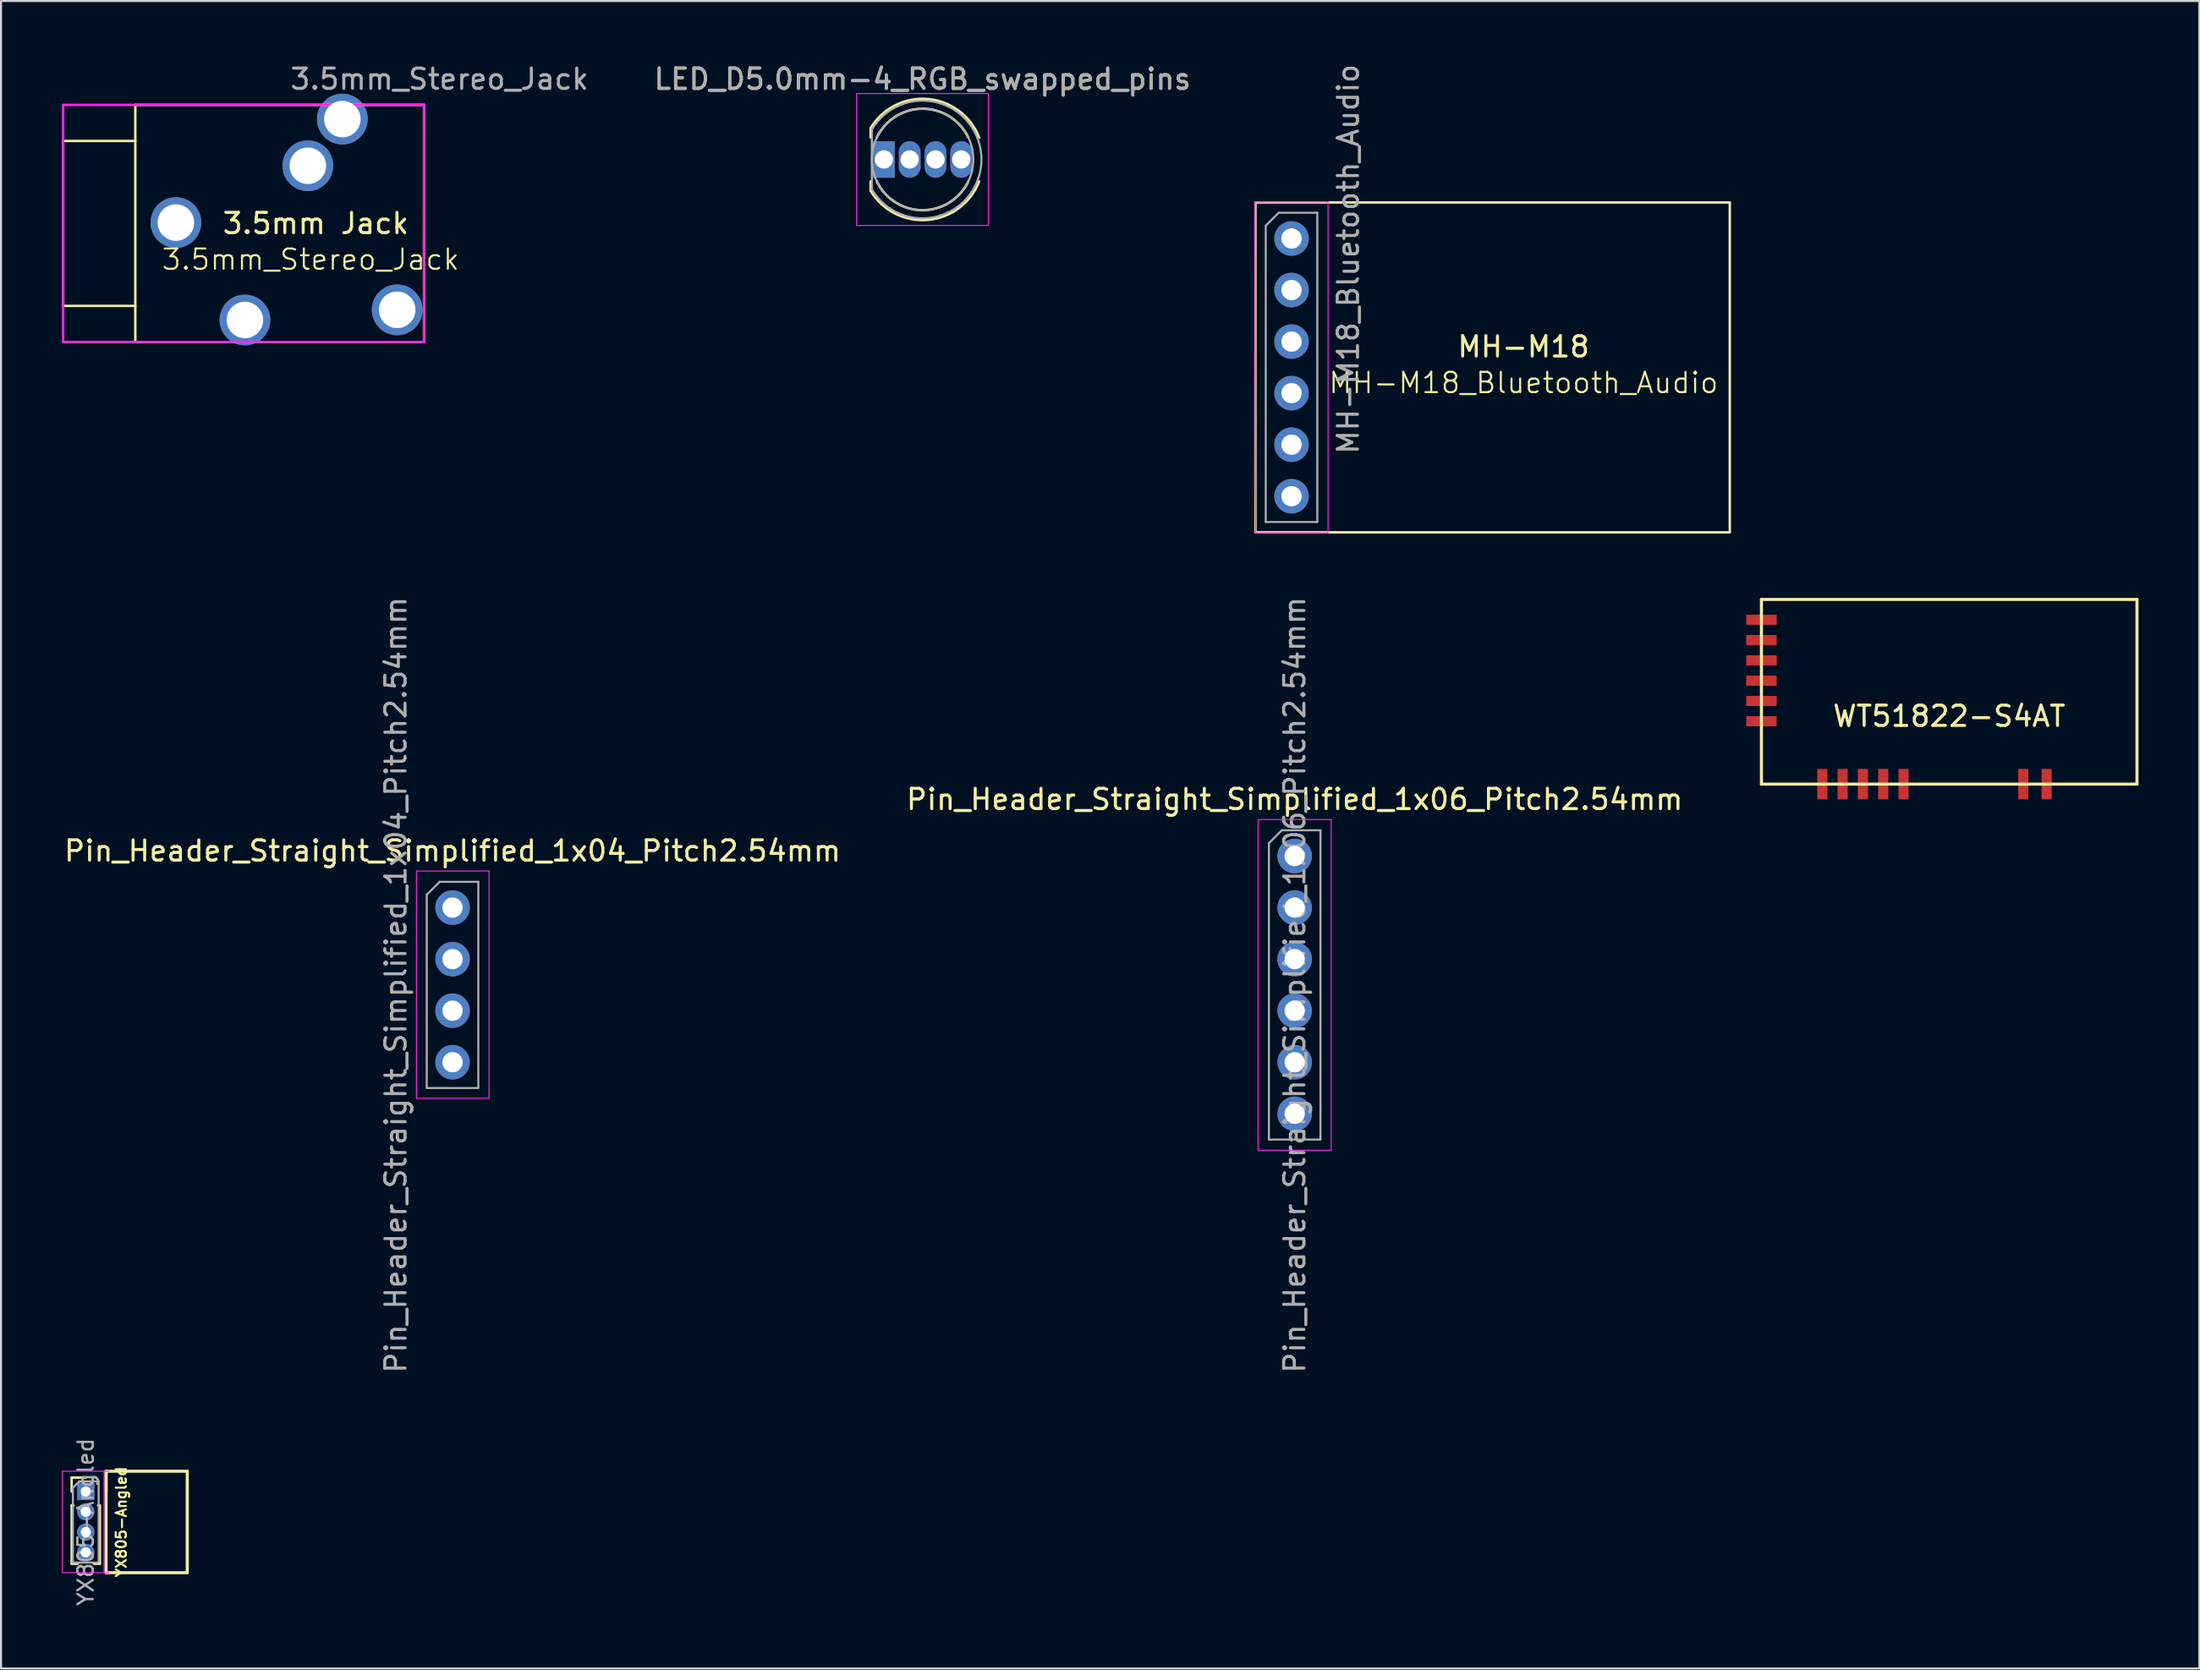
<source format=kicad_pcb>
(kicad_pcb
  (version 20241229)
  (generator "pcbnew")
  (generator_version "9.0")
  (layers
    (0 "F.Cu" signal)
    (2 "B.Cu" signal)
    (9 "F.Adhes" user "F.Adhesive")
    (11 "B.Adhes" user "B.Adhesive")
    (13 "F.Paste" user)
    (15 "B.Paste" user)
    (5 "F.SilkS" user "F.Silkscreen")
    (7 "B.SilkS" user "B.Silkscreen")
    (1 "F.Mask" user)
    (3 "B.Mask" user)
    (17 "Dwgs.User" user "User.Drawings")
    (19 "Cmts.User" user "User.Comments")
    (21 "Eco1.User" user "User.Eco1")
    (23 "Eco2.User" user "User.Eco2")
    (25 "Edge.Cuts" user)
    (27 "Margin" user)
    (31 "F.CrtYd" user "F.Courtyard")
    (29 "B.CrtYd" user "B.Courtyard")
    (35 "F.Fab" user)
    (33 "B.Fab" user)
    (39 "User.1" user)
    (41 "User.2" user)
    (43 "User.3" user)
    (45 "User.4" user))
  (footprint "MH-M18_Bluetooth_Audio"
    (layer "F.Cu")
    (at 60.577 8.704)
    (property "Reference" "MH-M18_Bluetooth_Audio" (at 11.43 7.112 180) (layer "F.SilkS") (effects (font (size 1 1) (thickness 0.1))))
    (attr through_hole)
    (fp_line (start -1.778 -1.778) (end 21.59 -1.778) (stroke (width 0.12) (type solid)) (layer "F.SilkS"))
    (fp_line (start -1.778 14.478) (end -1.778 -1.778) (stroke (width 0.12) (type solid)) (layer "F.SilkS"))
    (fp_line (start 21.59 -1.778) (end 21.59 14.478) (stroke (width 0.12) (type solid)) (layer "F.SilkS"))
    (fp_line (start 21.59 14.478) (end -1.778 14.478) (stroke (width 0.12) (type solid)) (layer "F.SilkS"))
    (fp_line (start -1.8 -1.8) (end -1.778 14.478) (stroke (width 0.05) (type solid)) (layer "F.CrtYd"))
    (fp_line (start -1.8 14.5) (end 1.8 14.5) (stroke (width 0.05) (type solid)) (layer "F.CrtYd"))
    (fp_line (start 1.8 -1.8) (end -1.8 -1.8) (stroke (width 0.05) (type solid)) (layer "F.CrtYd"))
    (fp_line (start 1.8 14.5) (end 1.8 -1.8) (stroke (width 0.05) (type solid)) (layer "F.CrtYd"))
    (fp_line (start -1.27 -0.635) (end -0.635 -1.27) (stroke (width 0.1) (type solid)) (layer "F.Fab"))
    (fp_line (start -1.27 13.97) (end -1.27 -0.635) (stroke (width 0.1) (type solid)) (layer "F.Fab"))
    (fp_line (start -0.635 -1.27) (end 1.27 -1.27) (stroke (width 0.1) (type solid)) (layer "F.Fab"))
    (fp_line (start 1.27 -1.27) (end 1.27 13.97) (stroke (width 0.1) (type solid)) (layer "F.Fab"))
    (fp_line (start 1.27 13.97) (end -1.27 13.97) (stroke (width 0.1) (type solid)) (layer "F.Fab"))
    (fp_text user "MH-M18" (at 11.43 5.334 0) (layer "F.SilkS") (effects (font (size 1 1) (thickness 0.15))))
    (fp_text user "${REFERENCE}" (at 2.794 1.016 90) (layer "F.Fab") (effects (font (size 1 1) (thickness 0.15))))
    (pad "1" thru_hole oval (at 0 12.7) (size 1.7 1.7) (drill 1) (layers "*.Cu" "*.Mask"))
    (pad "2" thru_hole oval (at 0 10.16) (size 1.7 1.7) (drill 1) (layers "*.Cu" "*.Mask"))
    (pad "3" thru_hole oval (at 0 7.62) (size 1.7 1.7) (drill 1) (layers "*.Cu" "*.Mask"))
    (pad "4" thru_hole oval (at 0 5.08) (size 1.7 1.7) (drill 1) (layers "*.Cu" "*.Mask"))
    (pad "5" thru_hole oval (at 0 2.54) (size 1.7 1.7) (drill 1) (layers "*.Cu" "*.Mask"))
    (pad "6" thru_hole oval (at 0 0) (size 1.7 1.7) (drill 1) (layers "*.Cu" "*.Mask")))
  (footprint "3.5mm_Stereo_Jack"
    (layer "F.Cu")
    (at 3.616 2.118)
    (property "Reference" "3.5mm_Stereo_Jack" (at 8.636 7.62 180) (layer "F.SilkS") (effects (font (size 1 1) (thickness 0.1))))
    (attr through_hole)
    (fp_line (start -3.556 1.778) (end 0 1.778) (stroke (width 0.12) (type solid)) (layer "F.SilkS"))
    (fp_line (start -3.556 9.906) (end -3.556 1.778) (stroke (width 0.12) (type solid)) (layer "F.SilkS"))
    (fp_line (start 0 0) (end 14.224 0) (stroke (width 0.12) (type solid)) (layer "F.SilkS"))
    (fp_line (start 0 9.906) (end -3.556 9.906) (stroke (width 0.12) (type solid)) (layer "F.SilkS"))
    (fp_line (start 0 11.684) (end 0 0) (stroke (width 0.12) (type solid)) (layer "F.SilkS"))
    (fp_line (start 14.224 0) (end 14.224 11.684) (stroke (width 0.12) (type solid)) (layer "F.SilkS"))
    (fp_line (start 14.224 11.684) (end 0 11.684) (stroke (width 0.12) (type solid)) (layer "F.SilkS"))
    (fp_line (start -3.556 0) (end 14.224 0) (stroke (width 0.12) (type solid)) (layer "F.CrtYd"))
    (fp_line (start -3.556 11.684) (end -3.556 0) (stroke (width 0.12) (type solid)) (layer "F.CrtYd"))
    (fp_line (start 14.224 0) (end 14.224 11.684) (stroke (width 0.12) (type solid)) (layer "F.CrtYd"))
    (fp_line (start 14.224 11.684) (end -3.556 11.684) (stroke (width 0.12) (type solid)) (layer "F.CrtYd"))
    (fp_text user "3.5mm Jack" (at 8.89 5.842 0) (layer "F.SilkS") (effects (font (size 1 1) (thickness 0.15))))
    (fp_text user "${REFERENCE}" (at 14.986 -1.27 180) (layer "F.Fab") (effects (font (size 1 1) (thickness 0.15))))
    (pad "3" thru_hole oval (at 8.5 3) (size 2.5 2.5) (drill 1.8) (layers "*.Cu" "*.Mask"))
    (pad "5" thru_hole oval (at 12.9 10.1) (size 2.5 2.5) (drill 1.8) (layers "*.Cu" "*.Mask"))
    (pad "R" thru_hole oval (at 10.2 0.7) (size 2.5 2.5) (drill 1.8) (layers "*.Cu" "*.Mask"))
    (pad "S" thru_hole oval (at 2 5.8) (size 2.5 2.5) (drill 1.8) (layers "*.Cu" "*.Mask"))
    (pad "T" thru_hole oval (at 5.4 10.6) (size 2.5 2.5) (drill 1.8) (layers "*.Cu" "*.Mask")))
  (footprint "WT51822-S4AT"
    (layer "F.Cu")
    (at 83.726 26.492)
    (property "Reference" "WT51822-S4AT" (at 9.25 5.75 0) (layer "F.SilkS") (effects (font (size 1 1) (thickness 0.15))))
    (attr through_hole)
    (fp_line (start 0 0) (end 0 9.1) (stroke (width 0.15) (type solid)) (layer "F.SilkS"))
    (fp_line (start 0 0) (end 18.5 0) (stroke (width 0.15) (type solid)) (layer "F.SilkS"))
    (fp_line (start 0 9.1) (end 18.5 9.1) (stroke (width 0.15) (type solid)) (layer "F.SilkS"))
    (fp_line (start 18.5 0) (end 18.5 9.1) (stroke (width 0.15) (type solid)) (layer "F.SilkS"))
    (pad "1" smd rect (at 0 1) (size 1.5 0.5) (layers "F.Cu" "F.Mask" "F.Paste"))
    (pad "2" smd rect (at 0 2) (size 1.5 0.5) (layers "F.Cu" "F.Mask" "F.Paste"))
    (pad "3" smd rect (at 0 3) (size 1.5 0.5) (layers "F.Cu" "F.Mask" "F.Paste"))
    (pad "4" smd rect (at 0 4) (size 1.5 0.5) (layers "F.Cu" "F.Mask" "F.Paste"))
    (pad "5" smd rect (at 0 5) (size 1.5 0.5) (layers "F.Cu" "F.Mask" "F.Paste"))
    (pad "6" smd rect (at 0 6) (size 1.5 0.5) (layers "F.Cu" "F.Mask" "F.Paste"))
    (pad "7" smd rect (at 3 9.1) (size 0.5 1.5) (layers "F.Cu" "F.Mask" "F.Paste"))
    (pad "8" smd rect (at 4 9.1) (size 0.5 1.5) (layers "F.Cu" "F.Mask" "F.Paste"))
    (pad "9" smd rect (at 5 9.1) (size 0.5 1.5) (layers "F.Cu" "F.Mask" "F.Paste"))
    (pad "10" smd rect (at 6 9.1) (size 0.5 1.5) (layers "F.Cu" "F.Mask" "F.Paste"))
    (pad "11" smd rect (at 7 9.1) (size 0.5 1.5) (layers "F.Cu" "F.Mask" "F.Paste"))
    (pad "12" smd rect (at 12.9 9.1) (size 0.5 1.5) (layers "F.Cu" "F.Mask" "F.Paste"))
    (pad "13" smd rect (at 14.05 9.1) (size 0.5 1.5) (layers "F.Cu" "F.Mask" "F.Paste")))
  (footprint "LED_D5.0mm-4_RGB_swapped_pins"
    (layer "F.Cu")
    (at 40.495 4.808)
    (property "Reference" "LED_D5.0mm-4_RGB_swapped_pins" (at 1.905 -3.96 0) (layer "F.SilkS") (effects (font (size 1 1) (thickness 0.15))))
    (attr through_hole)
    (fp_line (start -0.655 -1.545) (end -0.655 -1.08) (stroke (width 0.12) (type solid)) (layer "F.SilkS"))
    (fp_line (start -0.655 1.08) (end -0.655 1.545) (stroke (width 0.12) (type solid)) (layer "F.SilkS"))
    (fp_arc (start -0.655 -1.54483) (mid 2.163456 -2.978809) (end 4.692815 -1.080827) (stroke (width 0.12) (type solid)) (layer "F.SilkS"))
    (fp_arc (start -0.349684 -1.08) (mid 1.904762 -2.5) (end 4.159479 -1.080429) (stroke (width 0.12) (type solid)) (layer "F.SilkS"))
    (fp_arc (start 4.159479 1.080429) (mid 1.904762 2.5) (end -0.349684 1.08) (stroke (width 0.12) (type solid)) (layer "F.SilkS"))
    (fp_arc (start 4.692815 1.080827) (mid 2.163456 2.978808) (end -0.655 1.54483) (stroke (width 0.12) (type solid)) (layer "F.SilkS"))
    (fp_line (start -1.35 -3.25) (end -1.35 3.25) (stroke (width 0.05) (type solid)) (layer "F.CrtYd"))
    (fp_line (start -1.35 3.25) (end 5.15 3.25) (stroke (width 0.05) (type solid)) (layer "F.CrtYd"))
    (fp_line (start 5.15 -3.25) (end -1.35 -3.25) (stroke (width 0.05) (type solid)) (layer "F.CrtYd"))
    (fp_line (start 5.15 3.25) (end 5.15 -3.25) (stroke (width 0.05) (type solid)) (layer "F.CrtYd"))
    (fp_line (start -0.595 -1.47) (end -0.595 1.47) (stroke (width 0.1) (type solid)) (layer "F.Fab"))
    (fp_arc (start -0.595 -1.469694) (mid 4.805 0.000016) (end -0.595016 1.469666) (stroke (width 0.1) (type solid)) (layer "F.Fab"))
    (fp_circle (center 1.905 0) (end 4.405 0) (stroke (width 0.1) (type solid)) (fill no) (layer "F.Fab"))
    (fp_text user "${REFERENCE}" (at 1.905 -3.96 0) (layer "F.Fab") (effects (font (size 1 1) (thickness 0.15))))
    (pad "1" thru_hole rect (at 0 0) (size 1.07 1.8) (drill 0.9) (layers "*.Cu" "*.Mask"))
    (pad "2" thru_hole oval (at 2.54 0) (size 1.07 1.8) (drill 0.9) (layers "*.Cu" "*.Mask"))
    (pad "3" thru_hole oval (at 3.81 0) (size 1.07 1.8) (drill 0.9) (layers "*.Cu" "*.Mask"))
    (pad "4" thru_hole oval (at 1.27 0) (size 1.07 1.8) (drill 0.9) (layers "*.Cu" "*.Mask")))
  (footprint "YX805-Angled"
    (layer "F.Cu")
    (at 1.175 70.451)
    (property "Reference" "YX805-Angled" (at 1.75 1.5 90) (layer "F.SilkS") (effects (font (size 0.5 0.5) (thickness 0.1))))
    (attr through_hole)
    (fp_line (start -0.695 -0.685) (end 0 -0.685) (stroke (width 0.12) (type solid)) (layer "F.SilkS"))
    (fp_line (start -0.695 0) (end -0.695 -0.685) (stroke (width 0.12) (type solid)) (layer "F.SilkS"))
    (fp_line (start -0.695 0.685) (end -0.695 3.56) (stroke (width 0.12) (type solid)) (layer "F.SilkS"))
    (fp_line (start -0.695 0.685) (end -0.608 0.685) (stroke (width 0.12) (type solid)) (layer "F.SilkS"))
    (fp_line (start -0.695 3.56) (end -0.394 3.56) (stroke (width 0.12) (type solid)) (layer "F.SilkS"))
    (fp_line (start 0.394 3.56) (end 0.695 3.56) (stroke (width 0.12) (type solid)) (layer "F.SilkS"))
    (fp_line (start 0.608 0.685) (end 0.695 0.685) (stroke (width 0.12) (type solid)) (layer "F.SilkS"))
    (fp_line (start 0.695 0.685) (end 0.695 3.56) (stroke (width 0.12) (type solid)) (layer "F.SilkS"))
    (fp_line (start 1 -1) (end 1 0) (stroke (width 0.15) (type solid)) (layer "F.SilkS"))
    (fp_line (start 1 -1) (end 1 4) (stroke (width 0.15) (type solid)) (layer "F.SilkS"))
    (fp_line (start 1 4) (end 5 4) (stroke (width 0.15) (type solid)) (layer "F.SilkS"))
    (fp_line (start 5 -1) (end 1 -1) (stroke (width 0.15) (type solid)) (layer "F.SilkS"))
    (fp_line (start 5 4) (end 5 -1) (stroke (width 0.15) (type solid)) (layer "F.SilkS"))
    (fp_line (start -1.15 -1) (end -1.15 4) (stroke (width 0.05) (type solid)) (layer "F.CrtYd"))
    (fp_line (start -1.15 4) (end 1.15 4) (stroke (width 0.05) (type solid)) (layer "F.CrtYd"))
    (fp_line (start 0.9 4) (end 0.9 -1) (stroke (width 0.05) (type solid)) (layer "F.CrtYd"))
    (fp_line (start 1.15 -1) (end -1.15 -1) (stroke (width 0.05) (type solid)) (layer "F.CrtYd"))
    (fp_line (start -0.635 -0.182) (end -0.318 -0.5) (stroke (width 0.1) (type solid)) (layer "F.Fab"))
    (fp_line (start -0.635 3.5) (end -0.635 -0.182) (stroke (width 0.1) (type solid)) (layer "F.Fab"))
    (fp_line (start -0.318 -0.5) (end 0.635 -0.5) (stroke (width 0.1) (type solid)) (layer "F.Fab"))
    (fp_line (start 0.635 -0.5) (end 0.635 3.5) (stroke (width 0.1) (type solid)) (layer "F.Fab"))
    (fp_line (start 0.635 3.5) (end -0.635 3.5) (stroke (width 0.1) (type solid)) (layer "F.Fab"))
    (fp_text user "${REFERENCE}" (at 0 1.5 90) (layer "F.Fab") (effects (font (size 0.76 0.76) (thickness 0.114))))
    (pad "1" thru_hole rect (at 0 0) (size 0.85 0.85) (drill 0.5) (layers "*.Cu" "*.Mask"))
    (pad "2" thru_hole oval (at 0 1) (size 0.85 0.85) (drill 0.5) (layers "*.Cu" "*.Mask"))
    (pad "3" thru_hole oval (at 0 2) (size 0.85 0.85) (drill 0.5) (layers "*.Cu" "*.Mask"))
    (pad "4" thru_hole oval (at 0 3) (size 0.85 0.85) (drill 0.5) (layers "*.Cu" "*.Mask")))
  (footprint "Pin_Header_Straight_Simplified_1x04_Pitch2.54mm"
    (layer "F.Cu")
    (at 19.244 41.676)
    (property "Reference" "Pin_Header_Straight_Simplified_1x04_Pitch2.54mm" (at 0 -2.794 0) (layer "F.SilkS") (effects (font (size 1 1) (thickness 0.15))))
    (attr through_hole)
    (fp_line (start -1.778 -1.778) (end -1.778 9.398) (stroke (width 0.05) (type solid)) (layer "F.CrtYd"))
    (fp_line (start -1.778 9.398) (end 1.778 9.398) (stroke (width 0.05) (type solid)) (layer "F.CrtYd"))
    (fp_line (start 1.8 -1.8) (end -1.778 -1.8) (stroke (width 0.05) (type solid)) (layer "F.CrtYd"))
    (fp_line (start 1.8 9.398) (end 1.8 -1.8) (stroke (width 0.05) (type solid)) (layer "F.CrtYd"))
    (fp_line (start -1.27 -0.635) (end -0.635 -1.27) (stroke (width 0.1) (type solid)) (layer "F.Fab"))
    (fp_line (start -1.27 8.89) (end -1.27 -0.635) (stroke (width 0.1) (type solid)) (layer "F.Fab"))
    (fp_line (start -0.635 -1.27) (end 1.27 -1.27) (stroke (width 0.1) (type solid)) (layer "F.Fab"))
    (fp_line (start 1.27 -1.27) (end 1.27 8.89) (stroke (width 0.1) (type solid)) (layer "F.Fab"))
    (fp_line (start 1.27 8.89) (end -1.27 8.89) (stroke (width 0.1) (type solid)) (layer "F.Fab"))
    (fp_text user "${REFERENCE}" (at -2.794 3.81 90) (layer "F.Fab") (effects (font (size 1 1) (thickness 0.15))))
    (pad "1" thru_hole oval (at 0 0) (size 1.7 1.7) (drill 1) (layers "*.Cu" "*.Mask"))
    (pad "2" thru_hole oval (at 0 2.54) (size 1.7 1.7) (drill 1) (layers "*.Cu" "*.Mask"))
    (pad "3" thru_hole oval (at 0 5.08) (size 1.7 1.7) (drill 1) (layers "*.Cu" "*.Mask"))
    (pad "4" thru_hole oval (at 0 7.62) (size 1.7 1.7) (drill 1) (layers "*.Cu" "*.Mask")))
  (footprint "Pin_Header_Straight_Simplified_1x06_Pitch2.54mm"
    (layer "F.Cu")
    (at 60.732 39.136)
    (property "Reference" "Pin_Header_Straight_Simplified_1x06_Pitch2.54mm" (at 0 -2.794 0) (layer "F.SilkS") (effects (font (size 1 1) (thickness 0.15))))
    (attr through_hole)
    (fp_line (start -1.8 -1.8) (end -1.8 14.5) (stroke (width 0.05) (type solid)) (layer "F.CrtYd"))
    (fp_line (start -1.8 14.5) (end 1.8 14.5) (stroke (width 0.05) (type solid)) (layer "F.CrtYd"))
    (fp_line (start 1.8 -1.8) (end -1.8 -1.8) (stroke (width 0.05) (type solid)) (layer "F.CrtYd"))
    (fp_line (start 1.8 14.5) (end 1.8 -1.8) (stroke (width 0.05) (type solid)) (layer "F.CrtYd"))
    (fp_line (start -1.27 -0.635) (end -0.635 -1.27) (stroke (width 0.1) (type solid)) (layer "F.Fab"))
    (fp_line (start -1.27 13.97) (end -1.27 -0.635) (stroke (width 0.1) (type solid)) (layer "F.Fab"))
    (fp_line (start -0.635 -1.27) (end 1.27 -1.27) (stroke (width 0.1) (type solid)) (layer "F.Fab"))
    (fp_line (start 1.27 -1.27) (end 1.27 13.97) (stroke (width 0.1) (type solid)) (layer "F.Fab"))
    (fp_line (start 1.27 13.97) (end -1.27 13.97) (stroke (width 0.1) (type solid)) (layer "F.Fab"))
    (fp_text user "${REFERENCE}" (at 0 6.35 90) (layer "F.Fab") (effects (font (size 1 1) (thickness 0.15))))
    (pad "1" thru_hole oval (at 0 0) (size 1.7 1.7) (drill 1) (layers "*.Cu" "*.Mask"))
    (pad "2" thru_hole oval (at 0 2.54) (size 1.7 1.7) (drill 1) (layers "*.Cu" "*.Mask"))
    (pad "3" thru_hole oval (at 0 5.08) (size 1.7 1.7) (drill 1) (layers "*.Cu" "*.Mask"))
    (pad "4" thru_hole oval (at 0 7.62) (size 1.7 1.7) (drill 1) (layers "*.Cu" "*.Mask"))
    (pad "5" thru_hole oval (at 0 10.16) (size 1.7 1.7) (drill 1) (layers "*.Cu" "*.Mask"))
    (pad "6" thru_hole oval (at 0 12.7) (size 1.7 1.7) (drill 1) (layers "*.Cu" "*.Mask")))
  (gr_rect
    (start -3 -3)
    (end 105.301 79.172)
    (stroke (width 0.1) (type default))
    (fill no)
    (layer "Edge.Cuts")))
</source>
